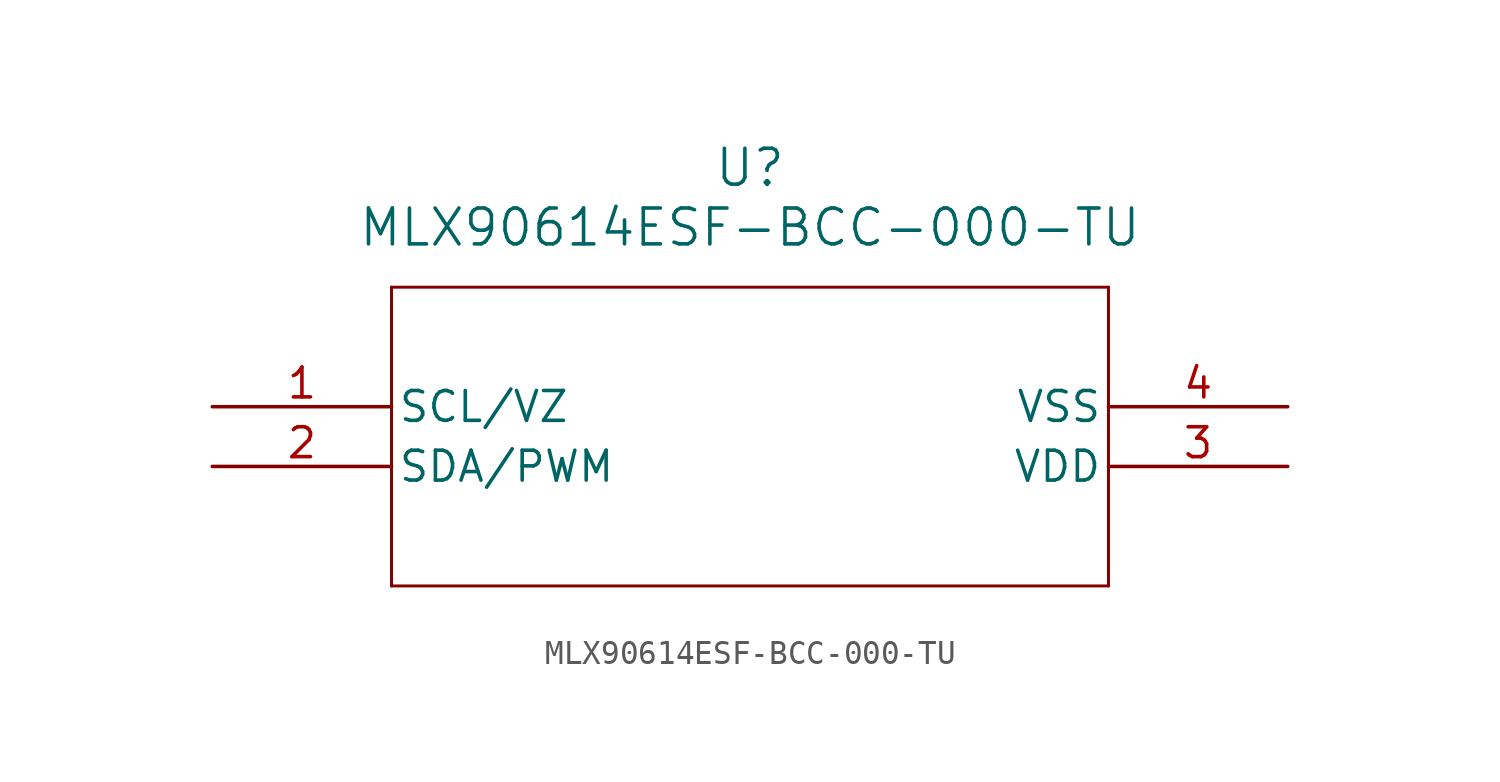
<source format=kicad_sym>
(kicad_symbol_lib
  (version 20231120)
  (generator "kicad_symbol_editor")
  (generator_version "8.0")
  (symbol "MLX90614ESF-BCC-000-TU"
    (pin_names
      (offset 0.254))
    (property "Reference" "U"
      (at 22.86 10.16 0)
      (effects (font (size 1.524 1.524))))
    (property "Value" "MLX90614ESF-BCC-000-TU"
      (at 22.86 7.62 0)
      (effects (font (size 1.524 1.524))))
    (property "ki_locked" ""
      (at 0 0 0)
      (effects (font (size 1.27 1.27))))
    (symbol "MLX90614ESF-BCC-000-TU_0_1"
      (polyline (pts (xy 7.62 -7.62) (xy 38.1 -7.62)) (stroke (width 0.127) (type default)) (fill (type none)))
      (polyline (pts (xy 7.62 5.08) (xy 7.62 -7.62)) (stroke (width 0.127) (type default)) (fill (type none)))
      (polyline (pts (xy 38.1 -7.62) (xy 38.1 5.08)) (stroke (width 0.127) (type default)) (fill (type none)))
      (polyline (pts (xy 38.1 5.08) (xy 7.62 5.08)) (stroke (width 0.127) (type default)) (fill (type none)))
      (pin input line (at 0 0 0) (length 7.62) (name "SCL/VZ" (effects (font (size 1.27 1.27)))) (number "1" (effects (font (size 1.27 1.27)))))
      (pin bidirectional line (at 0 -2.54 0) (length 7.62) (name "SDA/PWM" (effects (font (size 1.27 1.27)))) (number "2" (effects (font (size 1.27 1.27)))))
      (pin power_in line (at 45.72 -2.54 180) (length 7.62) (name "VDD" (effects (font (size 1.27 1.27)))) (number "3" (effects (font (size 1.27 1.27)))))
      (pin power_out line (at 45.72 0 180) (length 7.62) (name "VSS" (effects (font (size 1.27 1.27)))) (number "4" (effects (font (size 1.27 1.27))))))))
</source>
